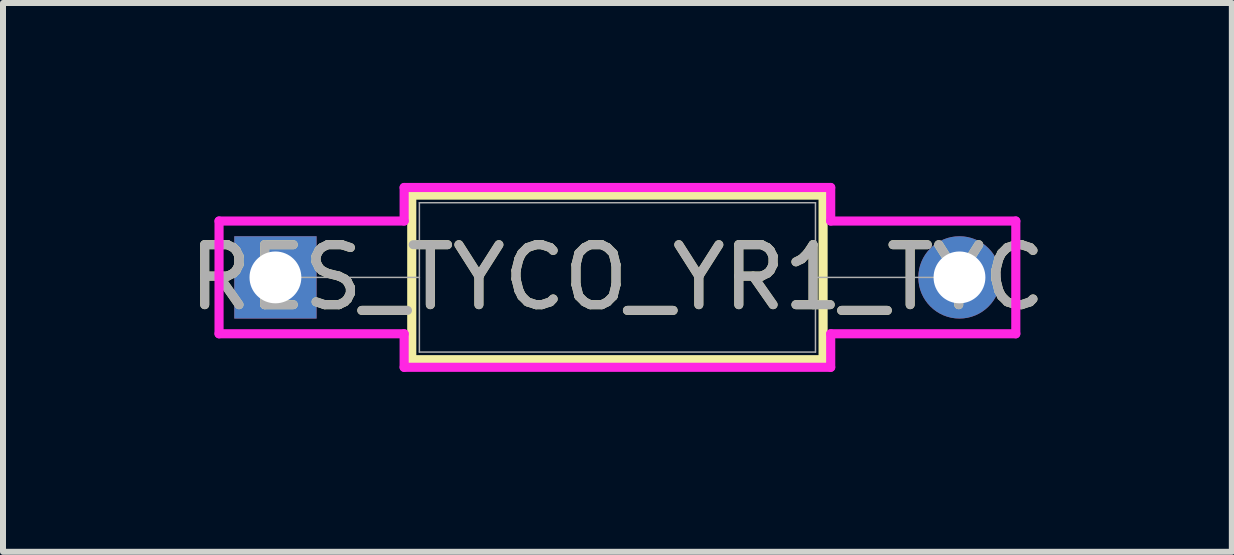
<source format=kicad_pcb>
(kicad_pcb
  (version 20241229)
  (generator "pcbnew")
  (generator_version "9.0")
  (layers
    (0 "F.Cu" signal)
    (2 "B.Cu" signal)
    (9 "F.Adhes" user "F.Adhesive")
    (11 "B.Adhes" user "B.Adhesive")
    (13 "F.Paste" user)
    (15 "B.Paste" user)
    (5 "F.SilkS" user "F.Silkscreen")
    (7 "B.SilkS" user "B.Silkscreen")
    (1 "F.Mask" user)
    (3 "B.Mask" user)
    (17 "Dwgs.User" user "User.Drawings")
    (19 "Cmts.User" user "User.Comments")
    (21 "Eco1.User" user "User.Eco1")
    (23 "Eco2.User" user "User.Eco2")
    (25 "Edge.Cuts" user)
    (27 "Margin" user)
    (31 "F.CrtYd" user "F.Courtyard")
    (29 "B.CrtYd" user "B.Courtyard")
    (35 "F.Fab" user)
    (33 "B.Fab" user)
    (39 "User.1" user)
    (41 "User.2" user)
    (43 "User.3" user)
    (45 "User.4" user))
  (footprint "RES_TYCO_YR1_TYC"
    (layer "F.Cu")
    (at 1.542 1.575)
    (property "Reference" "RES_TYCO_YR1_TYC" (at 5.702 0 0) (unlocked yes) (layer "F.SilkS") (effects (font (size 1 1) (thickness 0.15))))
    (attr through_hole)
    (fp_line (start 2.273 -1.372) (end 2.273 1.372) (stroke (width 0.152) (type solid)) (layer "F.SilkS"))
    (fp_line (start 2.273 1.372) (end 9.131 1.372) (stroke (width 0.152) (type solid)) (layer "F.SilkS"))
    (fp_line (start 9.131 -1.372) (end 2.273 -1.372) (stroke (width 0.152) (type solid)) (layer "F.SilkS"))
    (fp_line (start 9.131 1.372) (end 9.131 -1.372) (stroke (width 0.152) (type solid)) (layer "F.SilkS"))
    (fp_line (start -0.94 -0.94) (end 2.146 -0.94) (stroke (width 0.152) (type solid)) (layer "F.CrtYd"))
    (fp_line (start -0.94 0.94) (end -0.94 -0.94) (stroke (width 0.152) (type solid)) (layer "F.CrtYd"))
    (fp_line (start 2.146 -1.499) (end 9.258 -1.499) (stroke (width 0.152) (type solid)) (layer "F.CrtYd"))
    (fp_line (start 2.146 -0.94) (end 2.146 -1.499) (stroke (width 0.152) (type solid)) (layer "F.CrtYd"))
    (fp_line (start 2.146 0.94) (end -0.94 0.94) (stroke (width 0.152) (type solid)) (layer "F.CrtYd"))
    (fp_line (start 2.146 1.499) (end 2.146 0.94) (stroke (width 0.152) (type solid)) (layer "F.CrtYd"))
    (fp_line (start 9.258 -1.499) (end 9.258 -0.94) (stroke (width 0.152) (type solid)) (layer "F.CrtYd"))
    (fp_line (start 9.258 -0.94) (end 12.344 -0.94) (stroke (width 0.152) (type solid)) (layer "F.CrtYd"))
    (fp_line (start 9.258 0.94) (end 9.258 1.499) (stroke (width 0.152) (type solid)) (layer "F.CrtYd"))
    (fp_line (start 9.258 1.499) (end 2.146 1.499) (stroke (width 0.152) (type solid)) (layer "F.CrtYd"))
    (fp_line (start 12.344 -0.94) (end 12.344 0.94) (stroke (width 0.152) (type solid)) (layer "F.CrtYd"))
    (fp_line (start 12.344 0.94) (end 9.258 0.94) (stroke (width 0.152) (type solid)) (layer "F.CrtYd"))
    (fp_line (start 0 0) (end 2.4 0) (stroke (width 0.025) (type solid)) (layer "F.Fab"))
    (fp_line (start 2.4 -1.245) (end 2.4 1.245) (stroke (width 0.025) (type solid)) (layer "F.Fab"))
    (fp_line (start 2.4 1.245) (end 9.004 1.245) (stroke (width 0.025) (type solid)) (layer "F.Fab"))
    (fp_line (start 9.004 -1.245) (end 2.4 -1.245) (stroke (width 0.025) (type solid)) (layer "F.Fab"))
    (fp_line (start 9.004 1.245) (end 9.004 -1.245) (stroke (width 0.025) (type solid)) (layer "F.Fab"))
    (fp_line (start 11.405 0) (end 9.004 0) (stroke (width 0.025) (type solid)) (layer "F.Fab"))
    (fp_text user "${REFERENCE}" (at 5.702 0 0) (unlocked yes) (layer "F.Fab") (effects (font (size 1 1) (thickness 0.15))))
    (pad "1" thru_hole rect (at 0 0) (size 1.372 1.372) (drill 0.864) (layers "*.Cu" "*.Mask"))
    (pad "2" thru_hole circle (at 11.405 0) (size 1.372 1.372) (drill 0.864) (layers "*.Cu" "*.Mask")))
  (gr_rect
    (start -3 -3)
    (end 17.488 6.15)
    (stroke (width 0.1) (type default))
    (fill no)
    (layer "Edge.Cuts")))
</source>
